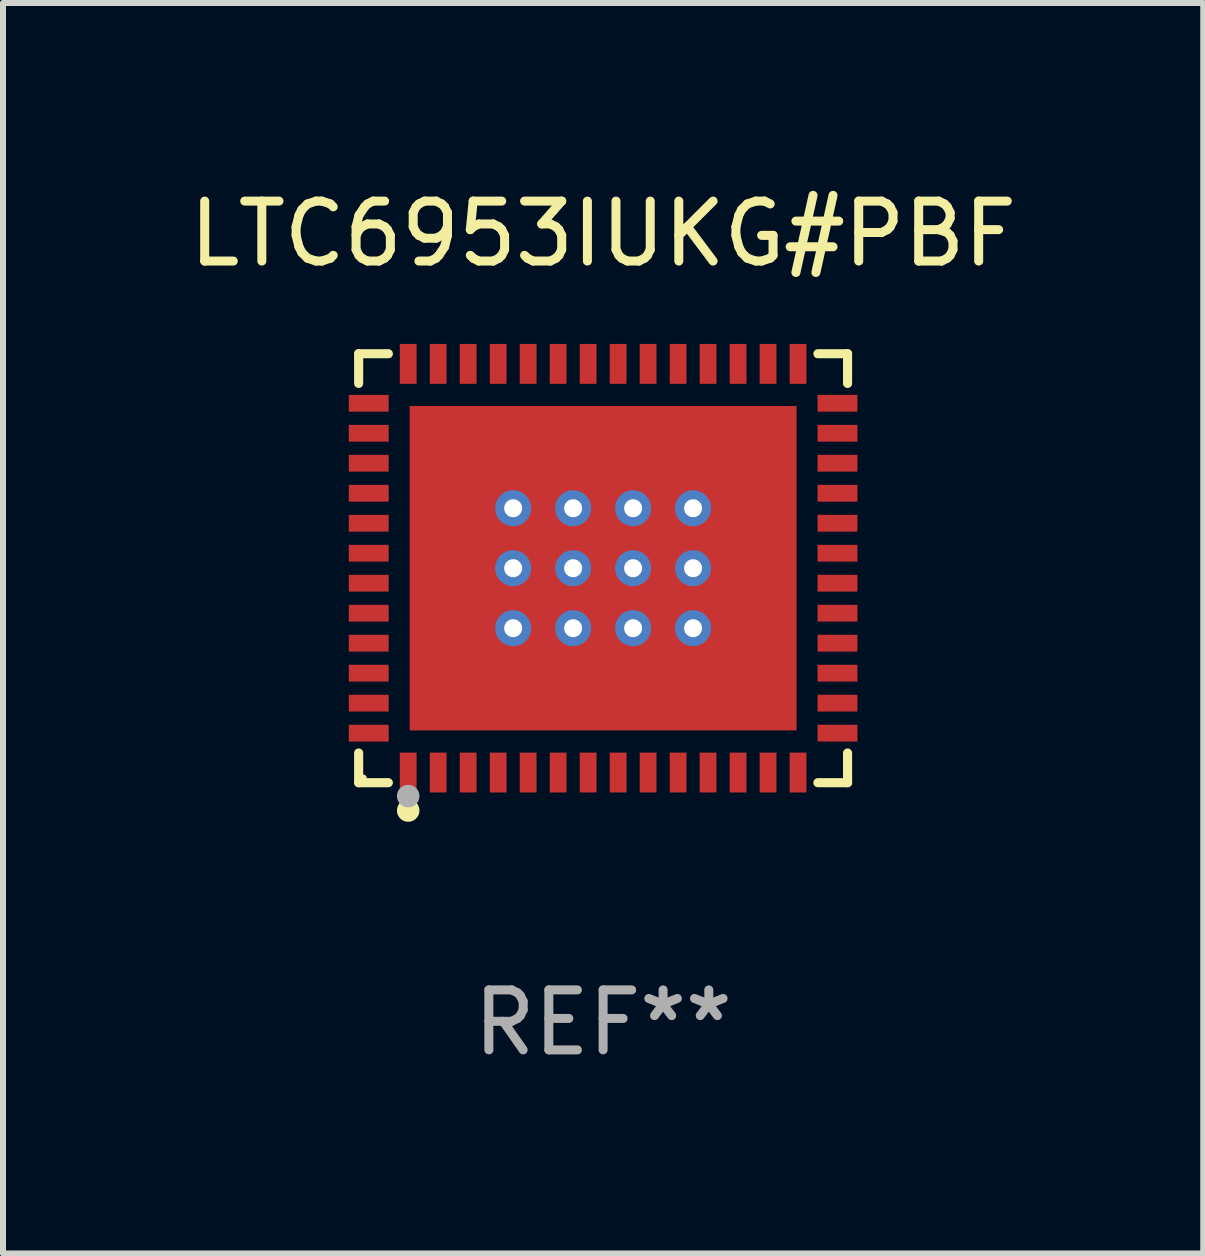
<source format=kicad_pcb>
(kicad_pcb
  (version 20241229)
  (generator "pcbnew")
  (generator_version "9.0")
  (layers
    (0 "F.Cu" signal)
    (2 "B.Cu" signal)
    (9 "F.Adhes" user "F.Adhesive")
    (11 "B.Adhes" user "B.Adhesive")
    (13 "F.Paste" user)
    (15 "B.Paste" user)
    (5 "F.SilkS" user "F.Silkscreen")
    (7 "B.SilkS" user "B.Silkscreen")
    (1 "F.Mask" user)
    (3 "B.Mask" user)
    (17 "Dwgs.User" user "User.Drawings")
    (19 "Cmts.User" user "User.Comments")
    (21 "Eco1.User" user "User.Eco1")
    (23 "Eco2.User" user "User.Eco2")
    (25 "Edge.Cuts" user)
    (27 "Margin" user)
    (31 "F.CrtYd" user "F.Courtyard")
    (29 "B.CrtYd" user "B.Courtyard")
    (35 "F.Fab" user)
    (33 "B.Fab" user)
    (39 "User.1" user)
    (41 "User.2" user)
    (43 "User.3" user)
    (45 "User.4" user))
  (footprint "LTC6953IUKG#PBF"
    (layer "F.Cu")
    (at 7.006 6.424)
    (property "Reference" "LTC6953IUKG#PBF" (at 0 -5.576 0) (layer "F.SilkS") (effects (font (size 1 1) (thickness 0.15))))
    (attr through_hole)
    (fp_line (start -4.076 -3.576) (end -3.581 -3.576) (stroke (width 0.152) (type solid)) (layer "F.SilkS"))
    (fp_line (start -4.076 -3.081) (end -4.076 -3.576) (stroke (width 0.152) (type solid)) (layer "F.SilkS"))
    (fp_line (start -4.076 3.081) (end -4.076 3.576) (stroke (width 0.152) (type solid)) (layer "F.SilkS"))
    (fp_line (start -4.076 3.576) (end -3.581 3.576) (stroke (width 0.152) (type solid)) (layer "F.SilkS"))
    (fp_line (start 4.076 -3.576) (end 3.581 -3.576) (stroke (width 0.152) (type solid)) (layer "F.SilkS"))
    (fp_line (start 4.076 -3.081) (end 4.076 -3.576) (stroke (width 0.152) (type solid)) (layer "F.SilkS"))
    (fp_line (start 4.076 3.081) (end 4.076 3.576) (stroke (width 0.152) (type solid)) (layer "F.SilkS"))
    (fp_line (start 4.076 3.576) (end 3.581 3.576) (stroke (width 0.152) (type solid)) (layer "F.SilkS"))
    (fp_circle (center -4 3.5) (end -3.97 3.5) (stroke (width 0.06) (type solid)) (fill no) (layer "F.SilkS"))
    (fp_circle (center -3.25 4.04) (end -3.156 4.04) (stroke (width 0.188) (type solid)) (fill no) (layer "F.SilkS"))
    (fp_circle (center -3.25 3.8) (end -3.156 3.8) (stroke (width 0.188) (type solid)) (fill no) (layer "F.Fab"))
    (fp_text user "REF**" (at 0 7.576 0) (layer "F.Fab") (effects (font (size 1 1) (thickness 0.15))))
    (pad "1" smd rect (at -3.25 3.407) (size 0.28 0.665) (layers "F.Cu" "F.Mask" "F.Paste"))
    (pad "2" smd rect (at -2.75 3.407) (size 0.28 0.665) (layers "F.Cu" "F.Mask" "F.Paste"))
    (pad "3" smd rect (at -2.25 3.407) (size 0.28 0.665) (layers "F.Cu" "F.Mask" "F.Paste"))
    (pad "4" smd rect (at -1.75 3.407) (size 0.28 0.665) (layers "F.Cu" "F.Mask" "F.Paste"))
    (pad "5" smd rect (at -1.25 3.407) (size 0.28 0.665) (layers "F.Cu" "F.Mask" "F.Paste"))
    (pad "6" smd rect (at -0.75 3.407) (size 0.28 0.665) (layers "F.Cu" "F.Mask" "F.Paste"))
    (pad "7" smd rect (at -0.25 3.407) (size 0.28 0.665) (layers "F.Cu" "F.Mask" "F.Paste"))
    (pad "8" smd rect (at 0.25 3.407) (size 0.28 0.665) (layers "F.Cu" "F.Mask" "F.Paste"))
    (pad "9" smd rect (at 0.75 3.407) (size 0.28 0.665) (layers "F.Cu" "F.Mask" "F.Paste"))
    (pad "10" smd rect (at 1.25 3.407) (size 0.28 0.665) (layers "F.Cu" "F.Mask" "F.Paste"))
    (pad "11" smd rect (at 1.75 3.407) (size 0.28 0.665) (layers "F.Cu" "F.Mask" "F.Paste"))
    (pad "12" smd rect (at 2.25 3.407) (size 0.28 0.665) (layers "F.Cu" "F.Mask" "F.Paste"))
    (pad "13" smd rect (at 2.75 3.407) (size 0.28 0.665) (layers "F.Cu" "F.Mask" "F.Paste"))
    (pad "14" smd rect (at 3.25 3.407) (size 0.28 0.665) (layers "F.Cu" "F.Mask" "F.Paste"))
    (pad "15" smd rect (at 3.908 2.75) (size 0.665 0.28) (layers "F.Cu" "F.Mask" "F.Paste"))
    (pad "16" smd rect (at 3.908 2.25) (size 0.665 0.28) (layers "F.Cu" "F.Mask" "F.Paste"))
    (pad "17" smd rect (at 3.908 1.75) (size 0.665 0.28) (layers "F.Cu" "F.Mask" "F.Paste"))
    (pad "18" smd rect (at 3.908 1.25) (size 0.665 0.28) (layers "F.Cu" "F.Mask" "F.Paste"))
    (pad "19" smd rect (at 3.908 0.75) (size 0.665 0.28) (layers "F.Cu" "F.Mask" "F.Paste"))
    (pad "20" smd rect (at 3.908 0.25) (size 0.665 0.28) (layers "F.Cu" "F.Mask" "F.Paste"))
    (pad "21" smd rect (at 3.908 -0.25) (size 0.665 0.28) (layers "F.Cu" "F.Mask" "F.Paste"))
    (pad "22" smd rect (at 3.908 -0.75) (size 0.665 0.28) (layers "F.Cu" "F.Mask" "F.Paste"))
    (pad "23" smd rect (at 3.908 -1.25) (size 0.665 0.28) (layers "F.Cu" "F.Mask" "F.Paste"))
    (pad "24" smd rect (at 3.908 -1.75) (size 0.665 0.28) (layers "F.Cu" "F.Mask" "F.Paste"))
    (pad "25" smd rect (at 3.908 -2.25) (size 0.665 0.28) (layers "F.Cu" "F.Mask" "F.Paste"))
    (pad "26" smd rect (at 3.908 -2.75) (size 0.665 0.28) (layers "F.Cu" "F.Mask" "F.Paste"))
    (pad "27" smd rect (at 3.25 -3.407) (size 0.28 0.665) (layers "F.Cu" "F.Mask" "F.Paste"))
    (pad "28" smd rect (at 2.75 -3.407) (size 0.28 0.665) (layers "F.Cu" "F.Mask" "F.Paste"))
    (pad "29" smd rect (at 2.25 -3.407) (size 0.28 0.665) (layers "F.Cu" "F.Mask" "F.Paste"))
    (pad "30" smd rect (at 1.75 -3.407) (size 0.28 0.665) (layers "F.Cu" "F.Mask" "F.Paste"))
    (pad "31" smd rect (at 1.25 -3.407) (size 0.28 0.665) (layers "F.Cu" "F.Mask" "F.Paste"))
    (pad "32" smd rect (at 0.75 -3.407) (size 0.28 0.665) (layers "F.Cu" "F.Mask" "F.Paste"))
    (pad "33" smd rect (at 0.25 -3.407) (size 0.28 0.665) (layers "F.Cu" "F.Mask" "F.Paste"))
    (pad "34" smd rect (at -0.25 -3.407) (size 0.28 0.665) (layers "F.Cu" "F.Mask" "F.Paste"))
    (pad "35" smd rect (at -0.75 -3.407) (size 0.28 0.665) (layers "F.Cu" "F.Mask" "F.Paste"))
    (pad "36" smd rect (at -1.25 -3.407) (size 0.28 0.665) (layers "F.Cu" "F.Mask" "F.Paste"))
    (pad "37" smd rect (at -1.75 -3.407) (size 0.28 0.665) (layers "F.Cu" "F.Mask" "F.Paste"))
    (pad "38" smd rect (at -2.25 -3.407) (size 0.28 0.665) (layers "F.Cu" "F.Mask" "F.Paste"))
    (pad "39" smd rect (at -2.75 -3.407) (size 0.28 0.665) (layers "F.Cu" "F.Mask" "F.Paste"))
    (pad "40" smd rect (at -3.25 -3.407) (size 0.28 0.665) (layers "F.Cu" "F.Mask" "F.Paste"))
    (pad "41" smd rect (at -3.908 -2.75) (size 0.665 0.28) (layers "F.Cu" "F.Mask" "F.Paste"))
    (pad "42" smd rect (at -3.908 -2.25) (size 0.665 0.28) (layers "F.Cu" "F.Mask" "F.Paste"))
    (pad "43" smd rect (at -3.908 -1.75) (size 0.665 0.28) (layers "F.Cu" "F.Mask" "F.Paste"))
    (pad "44" smd rect (at -3.908 -1.25) (size 0.665 0.28) (layers "F.Cu" "F.Mask" "F.Paste"))
    (pad "45" smd rect (at -3.908 -0.75) (size 0.665 0.28) (layers "F.Cu" "F.Mask" "F.Paste"))
    (pad "46" smd rect (at -3.908 -0.25) (size 0.665 0.28) (layers "F.Cu" "F.Mask" "F.Paste"))
    (pad "47" smd rect (at -3.908 0.25) (size 0.665 0.28) (layers "F.Cu" "F.Mask" "F.Paste"))
    (pad "48" smd rect (at -3.908 0.75) (size 0.665 0.28) (layers "F.Cu" "F.Mask" "F.Paste"))
    (pad "49" smd rect (at -3.908 1.25) (size 0.665 0.28) (layers "F.Cu" "F.Mask" "F.Paste"))
    (pad "50" smd rect (at -3.908 1.75) (size 0.665 0.28) (layers "F.Cu" "F.Mask" "F.Paste"))
    (pad "51" smd rect (at -3.908 2.25) (size 0.665 0.28) (layers "F.Cu" "F.Mask" "F.Paste"))
    (pad "52" smd rect (at -3.908 2.75) (size 0.665 0.28) (layers "F.Cu" "F.Mask" "F.Paste"))
    (pad "53" thru_hole circle (at -1.5 -1) (size 0.6 0.6) (drill 0.3) (layers "*.Cu" "*.Mask"))
    (pad "53" thru_hole circle (at -1.5 0) (size 0.6 0.6) (drill 0.3) (layers "*.Cu" "*.Mask"))
    (pad "53" thru_hole circle (at -1.5 1) (size 0.6 0.6) (drill 0.3) (layers "*.Cu" "*.Mask"))
    (pad "53" thru_hole circle (at -0.5 -1) (size 0.6 0.6) (drill 0.3) (layers "*.Cu" "*.Mask"))
    (pad "53" thru_hole circle (at -0.5 0) (size 0.6 0.6) (drill 0.3) (layers "*.Cu" "*.Mask"))
    (pad "53" thru_hole circle (at -0.5 1) (size 0.6 0.6) (drill 0.3) (layers "*.Cu" "*.Mask"))
    (pad "53" smd rect (at 0 0) (size 6.45 5.41) (layers "F.Cu" "F.Mask" "F.Paste"))
    (pad "53" thru_hole circle (at 0.5 -1) (size 0.6 0.6) (drill 0.3) (layers "*.Cu" "*.Mask"))
    (pad "53" thru_hole circle (at 0.5 0) (size 0.6 0.6) (drill 0.3) (layers "*.Cu" "*.Mask"))
    (pad "53" thru_hole circle (at 0.5 1) (size 0.6 0.6) (drill 0.3) (layers "*.Cu" "*.Mask"))
    (pad "53" thru_hole circle (at 1.5 -1) (size 0.6 0.6) (drill 0.3) (layers "*.Cu" "*.Mask"))
    (pad "53" thru_hole circle (at 1.5 0) (size 0.6 0.6) (drill 0.3) (layers "*.Cu" "*.Mask"))
    (pad "53" thru_hole circle (at 1.5 1) (size 0.6 0.6) (drill 0.3) (layers "*.Cu" "*.Mask")))
  (gr_rect
    (start -3 -3)
    (end 17.012 17.849)
    (stroke (width 0.1) (type default))
    (fill no)
    (layer "Edge.Cuts")))
</source>
